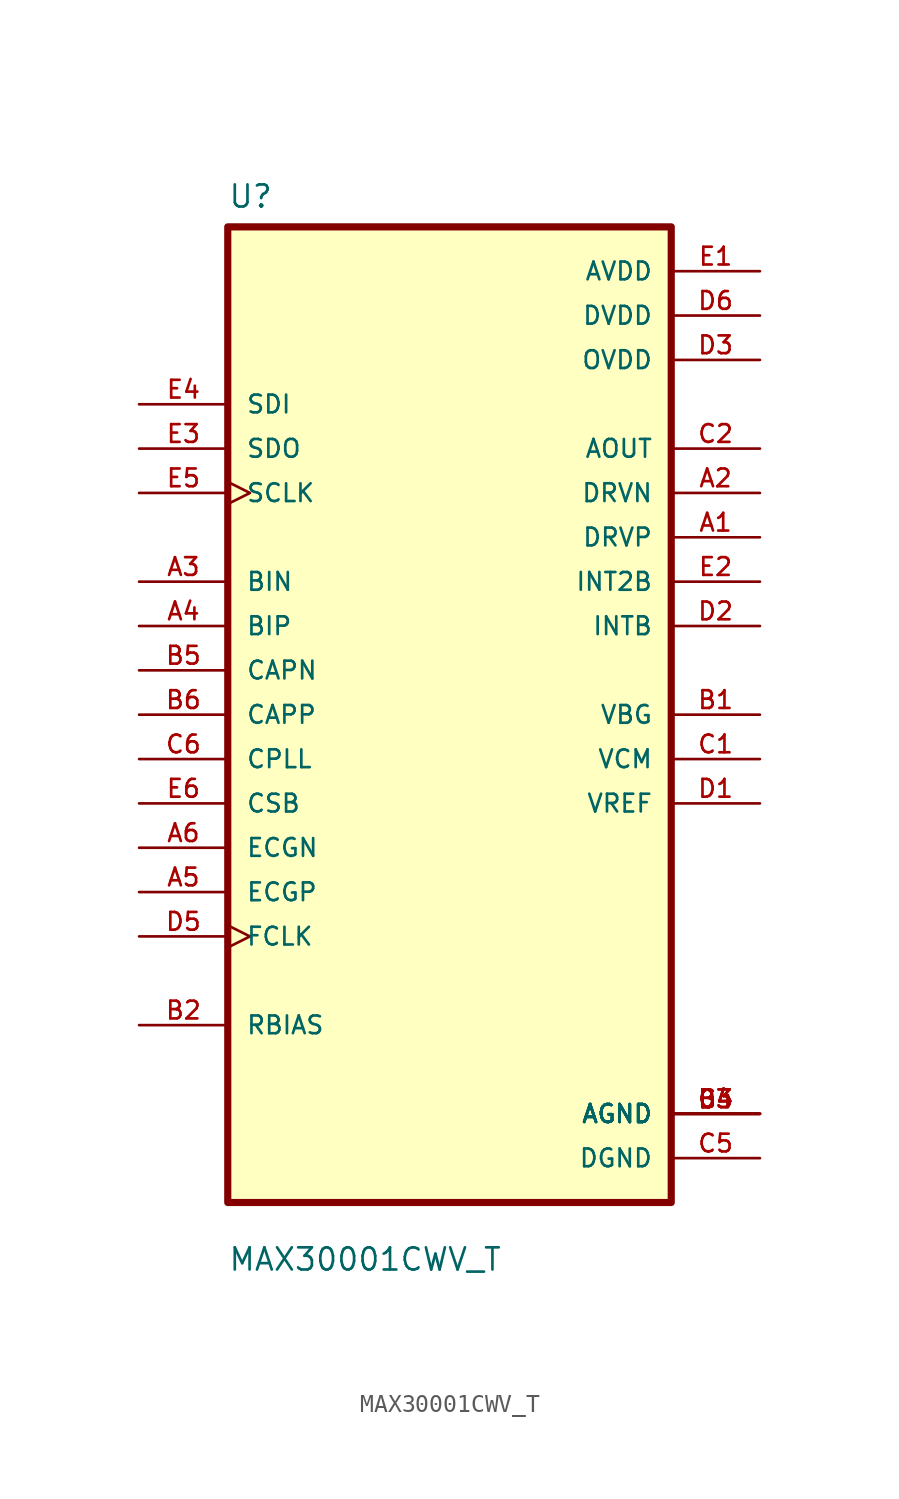
<source format=kicad_sym>
(kicad_symbol_lib
  (version 20211014)
  (generator kicad_symbol_editor)
  (symbol "MAX30001CWV_T"
    (pin_names
      (offset 1.016))
    (property "Reference" "U"
      (at -12.7 28.94 0.0)
      (effects (font (size 1.27 1.27)) (justify bottom left)))
    (property "Value" "MAX30001CWV_T"
      (at -12.7 -31.94 0.0)
      (effects (font (size 1.27 1.27)) (justify bottom left)))
    (symbol "MAX30001CWV_T_0_0"
      (rectangle (start -12.7 -27.94) (end 12.7 27.94) (stroke (width 0.41)) (fill (type background)))
      (pin input line (at -17.78 7.62 0) (length 5.08) (name "BIN" (effects (font (size 1.016 1.016)))) (number "A3" (effects (font (size 1.016 1.016)))))
      (pin input line (at -17.78 5.08 0) (length 5.08) (name "BIP" (effects (font (size 1.016 1.016)))) (number "A4" (effects (font (size 1.016 1.016)))))
      (pin input line (at -17.78 2.54 0) (length 5.08) (name "CAPN" (effects (font (size 1.016 1.016)))) (number "B5" (effects (font (size 1.016 1.016)))))
      (pin input line (at -17.78 0.0 0) (length 5.08) (name "CAPP" (effects (font (size 1.016 1.016)))) (number "B6" (effects (font (size 1.016 1.016)))))
      (pin input line (at -17.78 -2.54 0) (length 5.08) (name "CPLL" (effects (font (size 1.016 1.016)))) (number "C6" (effects (font (size 1.016 1.016)))))
      (pin input line (at -17.78 -5.08 0) (length 5.08) (name "CSB" (effects (font (size 1.016 1.016)))) (number "E6" (effects (font (size 1.016 1.016)))))
      (pin input line (at -17.78 -7.62 0) (length 5.08) (name "ECGN" (effects (font (size 1.016 1.016)))) (number "A6" (effects (font (size 1.016 1.016)))))
      (pin input line (at -17.78 -10.16 0) (length 5.08) (name "ECGP" (effects (font (size 1.016 1.016)))) (number "A5" (effects (font (size 1.016 1.016)))))
      (pin input clock (at -17.78 -12.7 0) (length 5.08) (name "FCLK" (effects (font (size 1.016 1.016)))) (number "D5" (effects (font (size 1.016 1.016)))))
      (pin input clock (at -17.78 12.7 0) (length 5.08) (name "SCLK" (effects (font (size 1.016 1.016)))) (number "E5" (effects (font (size 1.016 1.016)))))
      (pin input line (at -17.78 17.78 0) (length 5.08) (name "SDI" (effects (font (size 1.016 1.016)))) (number "E4" (effects (font (size 1.016 1.016)))))
      (pin passive line (at -17.78 -17.78 0) (length 5.08) (name "RBIAS" (effects (font (size 1.016 1.016)))) (number "B2" (effects (font (size 1.016 1.016)))))
      (pin power_in line (at 17.78 25.4 180.0) (length 5.08) (name "AVDD" (effects (font (size 1.016 1.016)))) (number "E1" (effects (font (size 1.016 1.016)))))
      (pin power_in line (at 17.78 22.86 180.0) (length 5.08) (name "DVDD" (effects (font (size 1.016 1.016)))) (number "D6" (effects (font (size 1.016 1.016)))))
      (pin power_in line (at 17.78 20.32 180.0) (length 5.08) (name "OVDD" (effects (font (size 1.016 1.016)))) (number "D3" (effects (font (size 1.016 1.016)))))
      (pin output line (at 17.78 15.24 180.0) (length 5.08) (name "AOUT" (effects (font (size 1.016 1.016)))) (number "C2" (effects (font (size 1.016 1.016)))))
      (pin output line (at 17.78 12.7 180.0) (length 5.08) (name "DRVN" (effects (font (size 1.016 1.016)))) (number "A2" (effects (font (size 1.016 1.016)))))
      (pin output line (at 17.78 10.16 180.0) (length 5.08) (name "DRVP" (effects (font (size 1.016 1.016)))) (number "A1" (effects (font (size 1.016 1.016)))))
      (pin output line (at 17.78 7.62 180.0) (length 5.08) (name "INT2B" (effects (font (size 1.016 1.016)))) (number "E2" (effects (font (size 1.016 1.016)))))
      (pin output line (at 17.78 5.08 180.0) (length 5.08) (name "INTB" (effects (font (size 1.016 1.016)))) (number "D2" (effects (font (size 1.016 1.016)))))
      (pin output line (at -17.78 15.24 0) (length 5.08) (name "SDO" (effects (font (size 1.016 1.016)))) (number "E3" (effects (font (size 1.016 1.016)))))
      (pin output line (at 17.78 0.0 180.0) (length 5.08) (name "VBG" (effects (font (size 1.016 1.016)))) (number "B1" (effects (font (size 1.016 1.016)))))
      (pin output line (at 17.78 -2.54 180.0) (length 5.08) (name "VCM" (effects (font (size 1.016 1.016)))) (number "C1" (effects (font (size 1.016 1.016)))))
      (pin output line (at 17.78 -5.08 180.0) (length 5.08) (name "VREF" (effects (font (size 1.016 1.016)))) (number "D1" (effects (font (size 1.016 1.016)))))
      (pin power_in line (at 17.78 -22.86 180.0) (length 5.08) (name "AGND" (effects (font (size 1.016 1.016)))) (number "B3" (effects (font (size 1.016 1.016)))))
      (pin power_in line (at 17.78 -22.86 180.0) (length 5.08) (name "AGND" (effects (font (size 1.016 1.016)))) (number "B4" (effects (font (size 1.016 1.016)))))
      (pin power_in line (at 17.78 -22.86 180.0) (length 5.08) (name "AGND" (effects (font (size 1.016 1.016)))) (number "C3" (effects (font (size 1.016 1.016)))))
      (pin power_in line (at 17.78 -22.86 180.0) (length 5.08) (name "AGND" (effects (font (size 1.016 1.016)))) (number "C4" (effects (font (size 1.016 1.016)))))
      (pin power_in line (at 17.78 -22.86 180.0) (length 5.08) (name "AGND" (effects (font (size 1.016 1.016)))) (number "D4" (effects (font (size 1.016 1.016)))))
      (pin power_in line (at 17.78 -25.4 180.0) (length 5.08) (name "DGND" (effects (font (size 1.016 1.016)))) (number "C5" (effects (font (size 1.016 1.016))))))))
</source>
